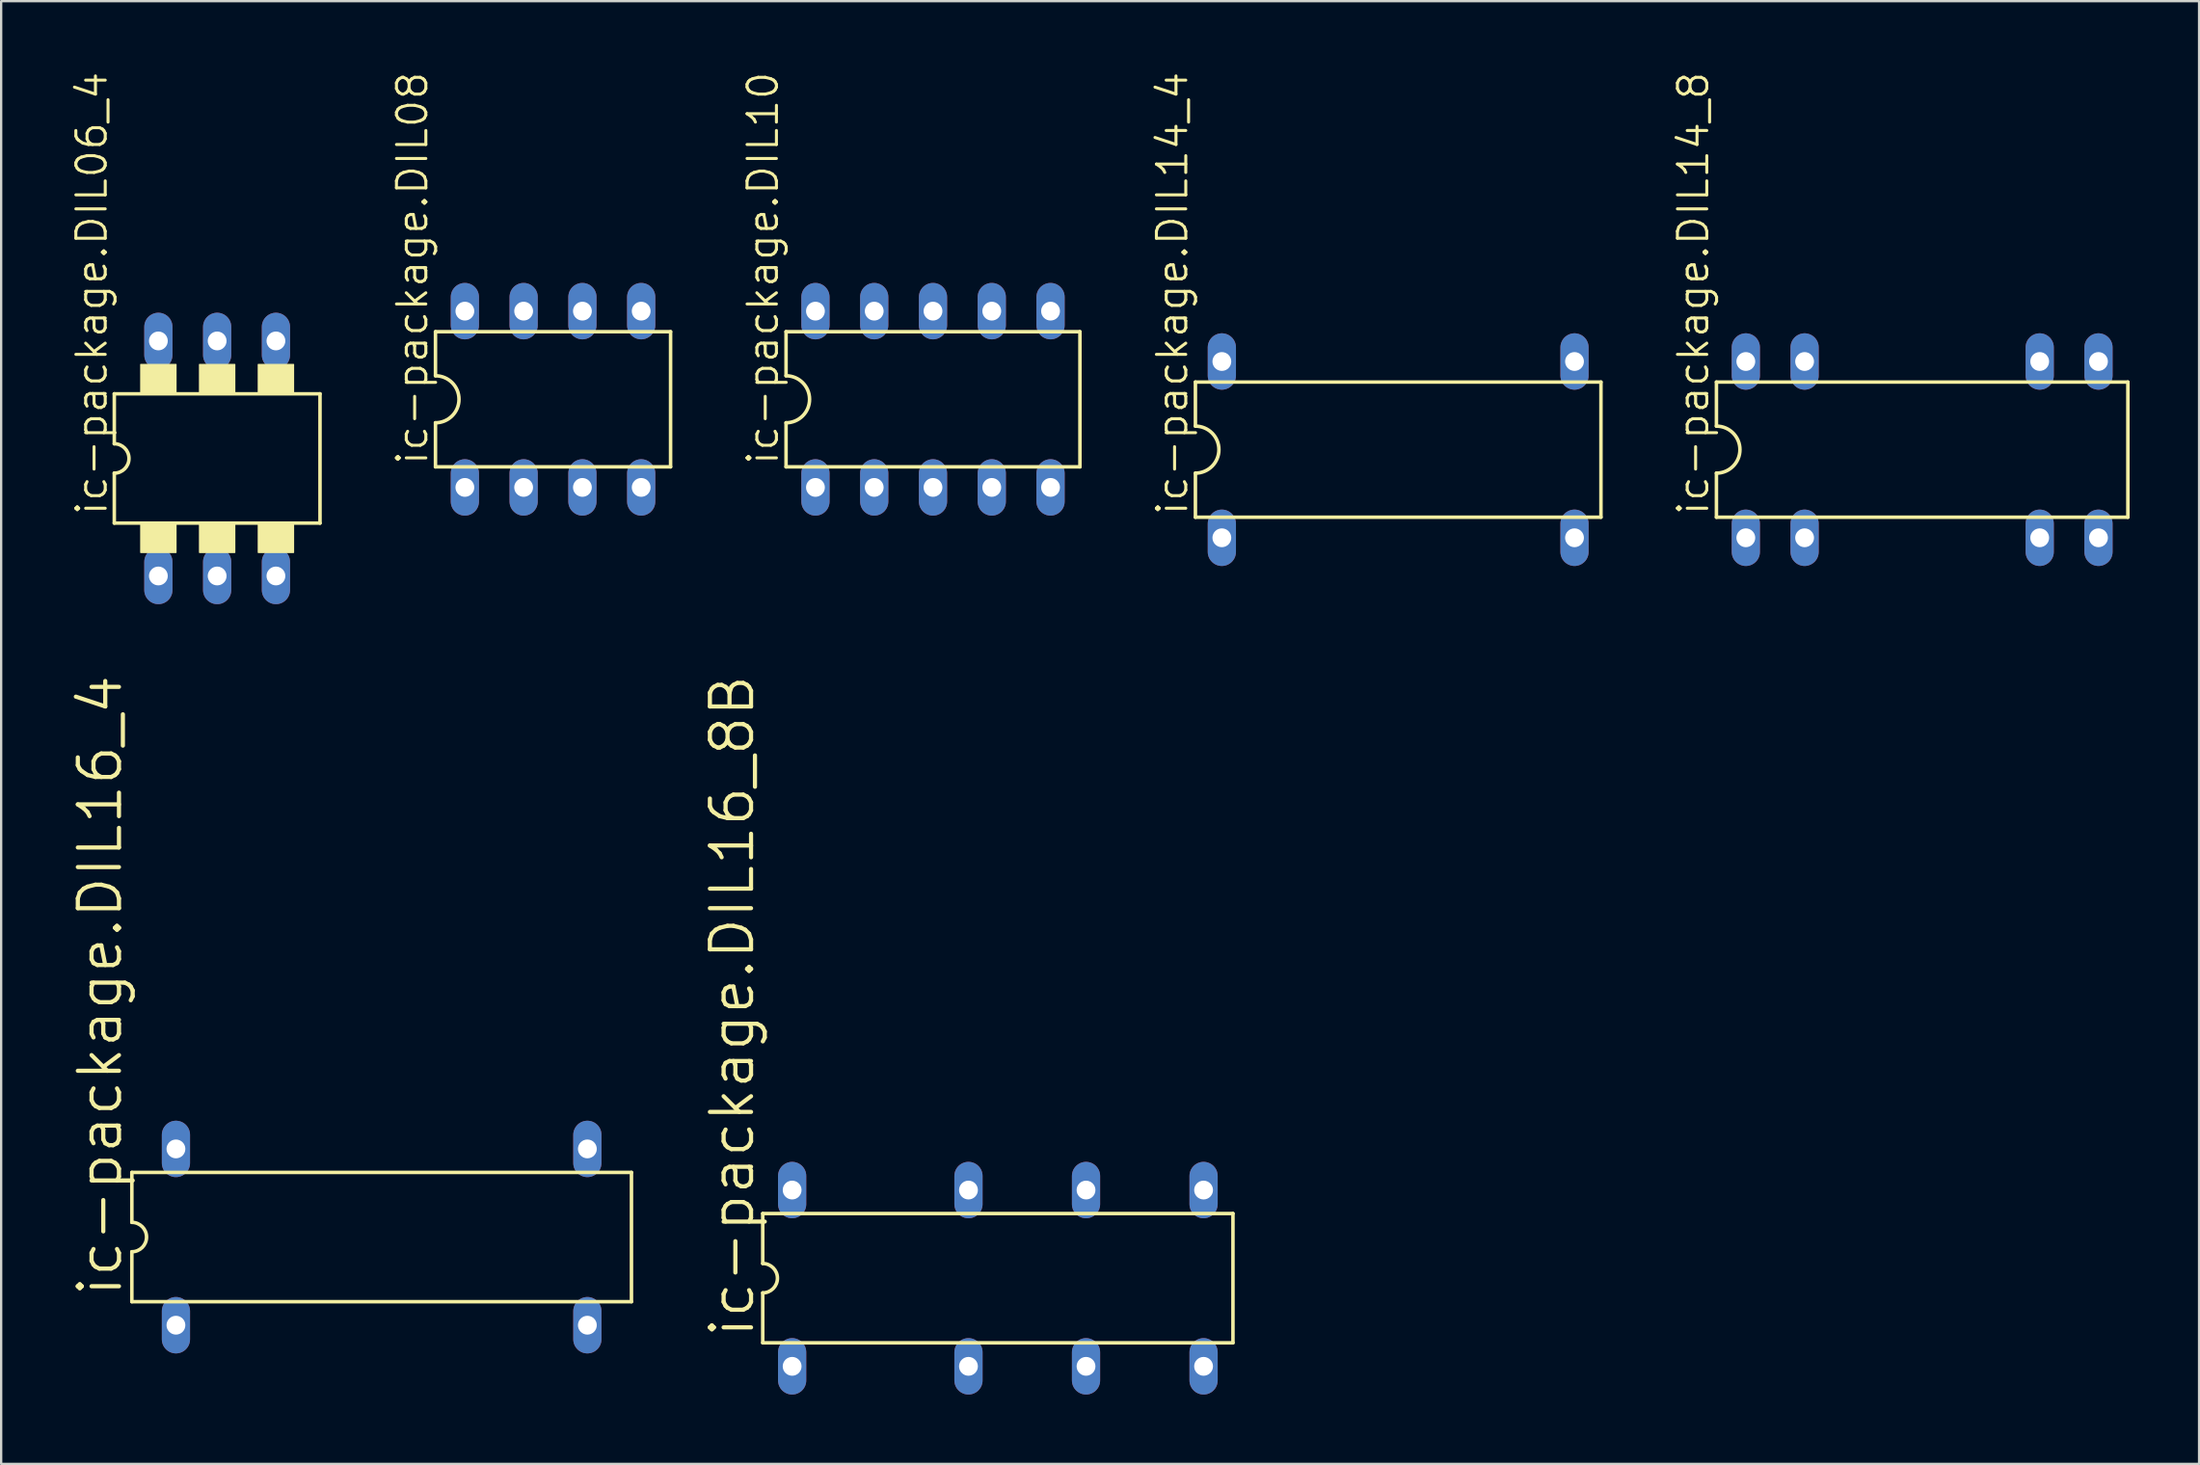
<source format=kicad_pcb>
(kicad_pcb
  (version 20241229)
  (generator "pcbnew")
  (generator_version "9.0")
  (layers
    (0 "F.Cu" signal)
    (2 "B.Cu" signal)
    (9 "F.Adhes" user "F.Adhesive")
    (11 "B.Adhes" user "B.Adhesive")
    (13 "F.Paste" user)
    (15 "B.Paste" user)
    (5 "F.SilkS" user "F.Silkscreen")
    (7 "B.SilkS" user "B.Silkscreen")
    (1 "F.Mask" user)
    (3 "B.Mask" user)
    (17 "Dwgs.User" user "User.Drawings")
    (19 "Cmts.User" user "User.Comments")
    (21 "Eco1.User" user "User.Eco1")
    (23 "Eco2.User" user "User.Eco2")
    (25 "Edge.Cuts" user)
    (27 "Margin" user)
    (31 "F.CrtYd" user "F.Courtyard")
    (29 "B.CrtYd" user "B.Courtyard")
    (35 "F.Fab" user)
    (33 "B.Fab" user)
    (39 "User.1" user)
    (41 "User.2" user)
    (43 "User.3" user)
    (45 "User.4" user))
  (footprint "ic-package.DIL16_4"
    (layer "F.Cu")
    (at 13.443 50.423)
    (property "Reference" "ic-package.DIL16_4" (at -11.125 2.667 90) (layer "F.SilkS") (effects (font (size 1.778 1.778) (thickness 0.18)) (justify left bottom)))
    (attr through_hole)
    (fp_line (start -10.795 -2.794) (end -10.795 -0.635) (stroke (width 0.152) (type default)) (layer "F.SilkS"))
    (fp_line (start -10.795 -2.794) (end 10.795 -2.794) (stroke (width 0.152) (type default)) (layer "F.SilkS"))
    (fp_line (start -10.795 0.635) (end -10.795 2.794) (stroke (width 0.152) (type default)) (layer "F.SilkS"))
    (fp_line (start -10.795 2.794) (end 10.795 2.794) (stroke (width 0.152) (type default)) (layer "F.SilkS"))
    (fp_line (start 10.795 2.794) (end 10.795 -2.794) (stroke (width 0.152) (type default)) (layer "F.SilkS"))
    (fp_arc (start -10.795 -0.635) (mid -10.16 0) (end -10.795 0.635) (stroke (width 0.1524) (type default)) (layer "F.SilkS"))
    (pad "1" thru_hole oval (at -8.89 3.81 90) (size 2.438 1.219) (drill 0.813) (layers "*.Cu" "*.Mask"))
    (pad "8" thru_hole oval (at 8.89 3.81 90) (size 2.438 1.219) (drill 0.813) (layers "*.Cu" "*.Mask"))
    (pad "9" thru_hole oval (at 8.89 -3.81 90) (size 2.438 1.219) (drill 0.813) (layers "*.Cu" "*.Mask"))
    (pad "16" thru_hole oval (at -8.89 -3.81 90) (size 2.438 1.219) (drill 0.813) (layers "*.Cu" "*.Mask")))
  (footprint "ic-package.DIL08"
    (layer "F.Cu")
    (at 20.849 14.209)
    (property "Reference" "ic-package.DIL08" (at -5.334 2.921 90) (layer "F.SilkS") (effects (font (size 1.27 1.27) (thickness 0.13)) (justify left bottom)))
    (attr through_hole)
    (fp_line (start -5.08 -2.921) (end -5.08 -1.016) (stroke (width 0.152) (type default)) (layer "F.SilkS"))
    (fp_line (start -5.08 2.921) (end -5.08 1.016) (stroke (width 0.152) (type default)) (layer "F.SilkS"))
    (fp_line (start -5.08 2.921) (end 5.08 2.921) (stroke (width 0.152) (type default)) (layer "F.SilkS"))
    (fp_line (start 5.08 -2.921) (end -5.08 -2.921) (stroke (width 0.152) (type default)) (layer "F.SilkS"))
    (fp_line (start 5.08 -2.921) (end 5.08 2.921) (stroke (width 0.152) (type default)) (layer "F.SilkS"))
    (fp_arc (start -5.08 -1.016) (mid -4.064 0) (end -5.08 1.016) (stroke (width 0.1524) (type default)) (layer "F.SilkS"))
    (pad "1" thru_hole oval (at -3.81 3.81 90) (size 2.438 1.219) (drill 0.813) (layers "*.Cu" "*.Mask"))
    (pad "2" thru_hole oval (at -1.27 3.81 90) (size 2.438 1.219) (drill 0.813) (layers "*.Cu" "*.Mask"))
    (pad "3" thru_hole oval (at 1.27 3.81 90) (size 2.438 1.219) (drill 0.813) (layers "*.Cu" "*.Mask"))
    (pad "4" thru_hole oval (at 3.81 3.81 90) (size 2.438 1.219) (drill 0.813) (layers "*.Cu" "*.Mask"))
    (pad "5" thru_hole oval (at 3.81 -3.81 90) (size 2.438 1.219) (drill 0.813) (layers "*.Cu" "*.Mask"))
    (pad "6" thru_hole oval (at 1.27 -3.81 90) (size 2.438 1.219) (drill 0.813) (layers "*.Cu" "*.Mask"))
    (pad "7" thru_hole oval (at -1.27 -3.81 90) (size 2.438 1.219) (drill 0.813) (layers "*.Cu" "*.Mask"))
    (pad "8" thru_hole oval (at -3.81 -3.81 90) (size 2.438 1.219) (drill 0.813) (layers "*.Cu" "*.Mask")))
  (footprint "ic-package.DIL06_4"
    (layer "F.Cu")
    (at 6.334 16.767)
    (property "Reference" "ic-package.DIL06_4" (at -4.674 2.54 90) (layer "F.SilkS") (effects (font (size 1.27 1.27) (thickness 0.13)) (justify left bottom)))
    (attr through_hole)
    (fp_line (start -4.445 -0.635) (end -4.445 -2.794) (stroke (width 0.152) (type default)) (layer "F.SilkS"))
    (fp_line (start -4.445 2.794) (end -4.445 0.635) (stroke (width 0.152) (type default)) (layer "F.SilkS"))
    (fp_line (start -4.445 2.794) (end 4.445 2.794) (stroke (width 0.152) (type default)) (layer "F.SilkS"))
    (fp_line (start 4.445 -2.794) (end -4.445 -2.794) (stroke (width 0.152) (type default)) (layer "F.SilkS"))
    (fp_line (start 4.445 -2.794) (end 4.445 2.794) (stroke (width 0.152) (type default)) (layer "F.SilkS"))
    (fp_rect (start -3.302 -2.794) (end -1.778 -4.064) (stroke (width 0.05) (type default)) (fill yes) (layer "F.SilkS"))
    (fp_rect (start -3.302 4.064) (end -1.778 2.794) (stroke (width 0.05) (type default)) (fill yes) (layer "F.SilkS"))
    (fp_rect (start -0.762 -2.794) (end 0.762 -4.064) (stroke (width 0.05) (type default)) (fill yes) (layer "F.SilkS"))
    (fp_rect (start -0.762 4.064) (end 0.762 2.794) (stroke (width 0.05) (type default)) (fill yes) (layer "F.SilkS"))
    (fp_rect (start 1.778 -2.794) (end 3.302 -4.064) (stroke (width 0.05) (type default)) (fill yes) (layer "F.SilkS"))
    (fp_rect (start 1.778 4.064) (end 3.302 2.794) (stroke (width 0.05) (type default)) (fill yes) (layer "F.SilkS"))
    (fp_arc (start -4.445 -0.635) (mid -3.81 0) (end -4.445 0.635) (stroke (width 0.1524) (type default)) (layer "F.SilkS"))
    (pad "1" thru_hole oval (at -2.54 5.08 90) (size 2.438 1.219) (drill 0.813) (layers "*.Cu" "*.Mask"))
    (pad "2" thru_hole oval (at 0 5.08 90) (size 2.438 1.219) (drill 0.813) (layers "*.Cu" "*.Mask"))
    (pad "3" thru_hole oval (at 2.54 5.08 90) (size 2.438 1.219) (drill 0.813) (layers "*.Cu" "*.Mask"))
    (pad "4" thru_hole oval (at 2.54 -5.08 90) (size 2.438 1.219) (drill 0.813) (layers "*.Cu" "*.Mask"))
    (pad "5" thru_hole oval (at 0 -5.08 90) (size 2.438 1.219) (drill 0.813) (layers "*.Cu" "*.Mask"))
    (pad "6" thru_hole oval (at -2.54 -5.08 90) (size 2.438 1.219) (drill 0.813) (layers "*.Cu" "*.Mask")))
  (footprint "ic-package.DIL16_8B"
    (layer "F.Cu")
    (at 40.072 52.201)
    (property "Reference" "ic-package.DIL16_8B" (at -10.439 2.667 90) (layer "F.SilkS") (effects (font (size 1.778 1.778) (thickness 0.18)) (justify left bottom)))
    (attr through_hole)
    (fp_line (start -10.16 -2.794) (end -10.16 -0.635) (stroke (width 0.152) (type default)) (layer "F.SilkS"))
    (fp_line (start -10.16 0.635) (end -10.16 2.794) (stroke (width 0.152) (type default)) (layer "F.SilkS"))
    (fp_line (start -10.16 2.794) (end 10.16 2.794) (stroke (width 0.152) (type default)) (layer "F.SilkS"))
    (fp_line (start 10.16 -2.794) (end -10.16 -2.794) (stroke (width 0.152) (type default)) (layer "F.SilkS"))
    (fp_line (start 10.16 2.794) (end 10.16 -2.794) (stroke (width 0.152) (type default)) (layer "F.SilkS"))
    (fp_arc (start -10.16 -0.635) (mid -9.525 0) (end -10.16 0.635) (stroke (width 0.1524) (type default)) (layer "F.SilkS"))
    (pad "1" thru_hole oval (at -8.89 3.81 90) (size 2.438 1.219) (drill 0.813) (layers "*.Cu" "*.Mask"))
    (pad "4" thru_hole oval (at -1.27 3.81 90) (size 2.438 1.219) (drill 0.813) (layers "*.Cu" "*.Mask"))
    (pad "6" thru_hole oval (at 3.81 3.81 90) (size 2.438 1.219) (drill 0.813) (layers "*.Cu" "*.Mask"))
    (pad "8" thru_hole oval (at 8.89 3.81 90) (size 2.438 1.219) (drill 0.813) (layers "*.Cu" "*.Mask"))
    (pad "9" thru_hole oval (at 8.89 -3.81 90) (size 2.438 1.219) (drill 0.813) (layers "*.Cu" "*.Mask"))
    (pad "11" thru_hole oval (at 3.81 -3.81 90) (size 2.438 1.219) (drill 0.813) (layers "*.Cu" "*.Mask"))
    (pad "13" thru_hole oval (at -1.27 -3.81 90) (size 2.438 1.219) (drill 0.813) (layers "*.Cu" "*.Mask"))
    (pad "16" thru_hole oval (at -8.89 -3.81 90) (size 2.438 1.219) (drill 0.813) (layers "*.Cu" "*.Mask")))
  (footprint "ic-package.DIL14_8"
    (layer "F.Cu")
    (at 80.015 16.386)
    (property "Reference" "ic-package.DIL14_8" (at -9.144 2.921 90) (layer "F.SilkS") (effects (font (size 1.27 1.27) (thickness 0.13)) (justify left bottom)))
    (attr through_hole)
    (fp_line (start -8.89 -2.921) (end -8.89 -1.016) (stroke (width 0.152) (type default)) (layer "F.SilkS"))
    (fp_line (start -8.89 2.921) (end -8.89 1.016) (stroke (width 0.152) (type default)) (layer "F.SilkS"))
    (fp_line (start -8.89 2.921) (end 8.89 2.921) (stroke (width 0.152) (type default)) (layer "F.SilkS"))
    (fp_line (start 8.89 -2.921) (end -8.89 -2.921) (stroke (width 0.152) (type default)) (layer "F.SilkS"))
    (fp_line (start 8.89 -2.921) (end 8.89 2.921) (stroke (width 0.152) (type default)) (layer "F.SilkS"))
    (fp_arc (start -8.89 -1.016) (mid -7.874 0) (end -8.89 1.016) (stroke (width 0.1524) (type default)) (layer "F.SilkS"))
    (pad "1" thru_hole oval (at -7.62 3.81 90) (size 2.438 1.219) (drill 0.813) (layers "*.Cu" "*.Mask"))
    (pad "2" thru_hole oval (at -5.08 3.81 90) (size 2.438 1.219) (drill 0.813) (layers "*.Cu" "*.Mask"))
    (pad "6" thru_hole oval (at 5.08 3.81 90) (size 2.438 1.219) (drill 0.813) (layers "*.Cu" "*.Mask"))
    (pad "7" thru_hole oval (at 7.62 3.81 90) (size 2.438 1.219) (drill 0.813) (layers "*.Cu" "*.Mask"))
    (pad "8" thru_hole oval (at 7.62 -3.81 90) (size 2.438 1.219) (drill 0.813) (layers "*.Cu" "*.Mask"))
    (pad "9" thru_hole oval (at 5.08 -3.81 90) (size 2.438 1.219) (drill 0.813) (layers "*.Cu" "*.Mask"))
    (pad "13" thru_hole oval (at -5.08 -3.81 90) (size 2.438 1.219) (drill 0.813) (layers "*.Cu" "*.Mask"))
    (pad "14" thru_hole oval (at -7.62 -3.81 90) (size 2.438 1.219) (drill 0.813) (layers "*.Cu" "*.Mask")))
  (footprint "ic-package.DIL10"
    (layer "F.Cu")
    (at 37.269 14.209)
    (property "Reference" "ic-package.DIL10" (at -6.604 2.921 90) (layer "F.SilkS") (effects (font (size 1.27 1.27) (thickness 0.13)) (justify left bottom)))
    (attr through_hole)
    (fp_line (start -6.35 -2.921) (end -6.35 -1.016) (stroke (width 0.152) (type default)) (layer "F.SilkS"))
    (fp_line (start -6.35 2.921) (end -6.35 1.016) (stroke (width 0.152) (type default)) (layer "F.SilkS"))
    (fp_line (start -6.35 2.921) (end 6.35 2.921) (stroke (width 0.152) (type default)) (layer "F.SilkS"))
    (fp_line (start 6.35 -2.921) (end -6.35 -2.921) (stroke (width 0.152) (type default)) (layer "F.SilkS"))
    (fp_line (start 6.35 -2.921) (end 6.35 2.921) (stroke (width 0.152) (type default)) (layer "F.SilkS"))
    (fp_arc (start -6.35 -1.016) (mid -5.334 0) (end -6.35 1.016) (stroke (width 0.1524) (type default)) (layer "F.SilkS"))
    (pad "1" thru_hole oval (at -5.08 3.81 90) (size 2.438 1.219) (drill 0.813) (layers "*.Cu" "*.Mask"))
    (pad "2" thru_hole oval (at -2.54 3.81 90) (size 2.438 1.219) (drill 0.813) (layers "*.Cu" "*.Mask"))
    (pad "3" thru_hole oval (at 0 3.81 90) (size 2.438 1.219) (drill 0.813) (layers "*.Cu" "*.Mask"))
    (pad "4" thru_hole oval (at 2.54 3.81 90) (size 2.438 1.219) (drill 0.813) (layers "*.Cu" "*.Mask"))
    (pad "5" thru_hole oval (at 5.08 3.81 90) (size 2.438 1.219) (drill 0.813) (layers "*.Cu" "*.Mask"))
    (pad "6" thru_hole oval (at 5.08 -3.81 90) (size 2.438 1.219) (drill 0.813) (layers "*.Cu" "*.Mask"))
    (pad "7" thru_hole oval (at 2.54 -3.81 90) (size 2.438 1.219) (drill 0.813) (layers "*.Cu" "*.Mask"))
    (pad "8" thru_hole oval (at 0 -3.81 90) (size 2.438 1.219) (drill 0.813) (layers "*.Cu" "*.Mask"))
    (pad "9" thru_hole oval (at -2.54 -3.81 90) (size 2.438 1.219) (drill 0.813) (layers "*.Cu" "*.Mask"))
    (pad "10" thru_hole oval (at -5.08 -3.81 90) (size 2.438 1.219) (drill 0.813) (layers "*.Cu" "*.Mask")))
  (footprint "ic-package.DIL14_4"
    (layer "F.Cu")
    (at 57.372 16.386)
    (property "Reference" "ic-package.DIL14_4" (at -9.017 2.921 90) (layer "F.SilkS") (effects (font (size 1.27 1.27) (thickness 0.13)) (justify left bottom)))
    (attr through_hole)
    (fp_line (start -8.763 -2.921) (end -8.763 -1.016) (stroke (width 0.152) (type default)) (layer "F.SilkS"))
    (fp_line (start -8.763 2.921) (end -8.763 1.016) (stroke (width 0.152) (type default)) (layer "F.SilkS"))
    (fp_line (start -8.763 2.921) (end 8.763 2.921) (stroke (width 0.152) (type default)) (layer "F.SilkS"))
    (fp_line (start 8.763 -2.921) (end -8.763 -2.921) (stroke (width 0.152) (type default)) (layer "F.SilkS"))
    (fp_line (start 8.763 -2.921) (end 8.763 2.921) (stroke (width 0.152) (type default)) (layer "F.SilkS"))
    (fp_arc (start -8.763 -1.016) (mid -7.747 0) (end -8.763 1.016) (stroke (width 0.1524) (type default)) (layer "F.SilkS"))
    (pad "1" thru_hole oval (at -7.62 3.81 90) (size 2.438 1.219) (drill 0.813) (layers "*.Cu" "*.Mask"))
    (pad "7" thru_hole oval (at 7.62 3.81 90) (size 2.438 1.219) (drill 0.813) (layers "*.Cu" "*.Mask"))
    (pad "8" thru_hole oval (at 7.62 -3.81 90) (size 2.438 1.219) (drill 0.813) (layers "*.Cu" "*.Mask"))
    (pad "14" thru_hole oval (at -7.62 -3.81 90) (size 2.438 1.219) (drill 0.813) (layers "*.Cu" "*.Mask")))
  (gr_rect
    (start -3 -3)
    (end 91.982 60.23)
    (stroke (width 0.1) (type default))
    (fill no)
    (layer "Edge.Cuts")))
</source>
